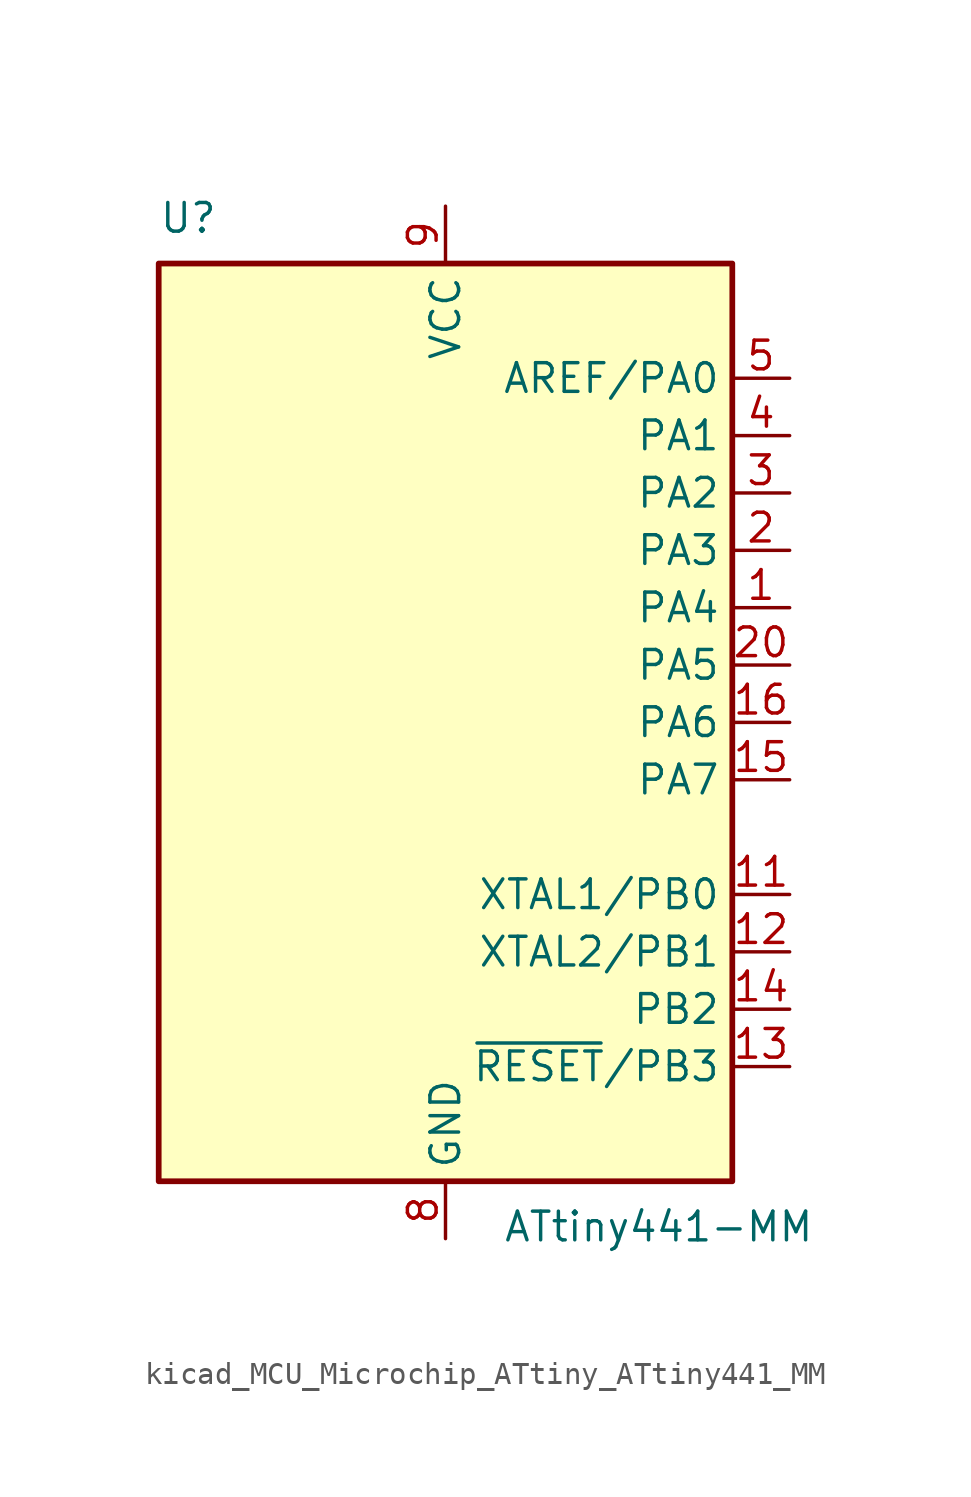
<source format=kicad_sym>
(kicad_symbol_lib
  (version 20220914)
  (generator kicad_symbol_editor)
  (symbol "kicad_MCU_Microchip_ATtiny_ATtiny441_MM"
    (property "Reference" "U"
      (at -12.7 21.59 0)
      (effects (font (size 1.27 1.27)) (justify left bottom)))
    (property "Value" "ATtiny441-MM"
      (at 2.54 -21.59 0)
      (effects (font (size 1.27 1.27)) (justify left top)))
    (symbol "kicad_MCU_Microchip_ATtiny_ATtiny441_MM_0_1"
      (rectangle (start -12.7 -20.32) (end 12.7 20.32) (stroke (width 0.254) (type default)) (fill (type background))))
    (symbol "kicad_MCU_Microchip_ATtiny_ATtiny441_MM_1_1"
      (pin bidirectional line (at 15.24 5.08 180) (length 2.54) (name "PA4" (effects (font (size 1.27 1.27)))) (number "1" (effects (font (size 1.27 1.27)))))
      (pin no_connect line (at -12.7 -10.16 0) (length 2.54) hide (name "NC" (effects (font (size 1.27 1.27)))) (number "10" (effects (font (size 1.27 1.27)))))
      (pin bidirectional line (at 15.24 -7.62 180) (length 2.54) (name "XTAL1/PB0" (effects (font (size 1.27 1.27)))) (number "11" (effects (font (size 1.27 1.27)))))
      (pin bidirectional line (at 15.24 -10.16 180) (length 2.54) (name "XTAL2/PB1" (effects (font (size 1.27 1.27)))) (number "12" (effects (font (size 1.27 1.27)))))
      (pin bidirectional line (at 15.24 -15.24 180) (length 2.54) (name "~{RESET}/PB3" (effects (font (size 1.27 1.27)))) (number "13" (effects (font (size 1.27 1.27)))))
      (pin bidirectional line (at 15.24 -12.7 180) (length 2.54) (name "PB2" (effects (font (size 1.27 1.27)))) (number "14" (effects (font (size 1.27 1.27)))))
      (pin bidirectional line (at 15.24 -2.54 180) (length 2.54) (name "PA7" (effects (font (size 1.27 1.27)))) (number "15" (effects (font (size 1.27 1.27)))))
      (pin bidirectional line (at 15.24 0 180) (length 2.54) (name "PA6" (effects (font (size 1.27 1.27)))) (number "16" (effects (font (size 1.27 1.27)))))
      (pin no_connect line (at -12.7 -12.7 0) (length 2.54) hide (name "NC" (effects (font (size 1.27 1.27)))) (number "17" (effects (font (size 1.27 1.27)))))
      (pin no_connect line (at -12.7 -15.24 0) (length 2.54) hide (name "NC" (effects (font (size 1.27 1.27)))) (number "18" (effects (font (size 1.27 1.27)))))
      (pin no_connect line (at -12.7 -17.78 0) (length 2.54) hide (name "NC" (effects (font (size 1.27 1.27)))) (number "19" (effects (font (size 1.27 1.27)))))
      (pin bidirectional line (at 15.24 7.62 180) (length 2.54) (name "PA3" (effects (font (size 1.27 1.27)))) (number "2" (effects (font (size 1.27 1.27)))))
      (pin bidirectional line (at 15.24 2.54 180) (length 2.54) (name "PA5" (effects (font (size 1.27 1.27)))) (number "20" (effects (font (size 1.27 1.27)))))
      (pin passive line (at 0 -22.86 90) (length 2.54) hide (name "GND" (effects (font (size 1.27 1.27)))) (number "21" (effects (font (size 1.27 1.27)))))
      (pin bidirectional line (at 15.24 10.16 180) (length 2.54) (name "PA2" (effects (font (size 1.27 1.27)))) (number "3" (effects (font (size 1.27 1.27)))))
      (pin bidirectional line (at 15.24 12.7 180) (length 2.54) (name "PA1" (effects (font (size 1.27 1.27)))) (number "4" (effects (font (size 1.27 1.27)))))
      (pin bidirectional line (at 15.24 15.24 180) (length 2.54) (name "AREF/PA0" (effects (font (size 1.27 1.27)))) (number "5" (effects (font (size 1.27 1.27)))))
      (pin no_connect line (at -12.7 -5.08 0) (length 2.54) hide (name "NC" (effects (font (size 1.27 1.27)))) (number "6" (effects (font (size 1.27 1.27)))))
      (pin no_connect line (at -12.7 -7.62 0) (length 2.54) hide (name "NC" (effects (font (size 1.27 1.27)))) (number "7" (effects (font (size 1.27 1.27)))))
      (pin power_in line (at 0 -22.86 90) (length 2.54) (name "GND" (effects (font (size 1.27 1.27)))) (number "8" (effects (font (size 1.27 1.27)))))
      (pin power_in line (at 0 22.86 270) (length 2.54) (name "VCC" (effects (font (size 1.27 1.27)))) (number "9" (effects (font (size 1.27 1.27))))))))
</source>
